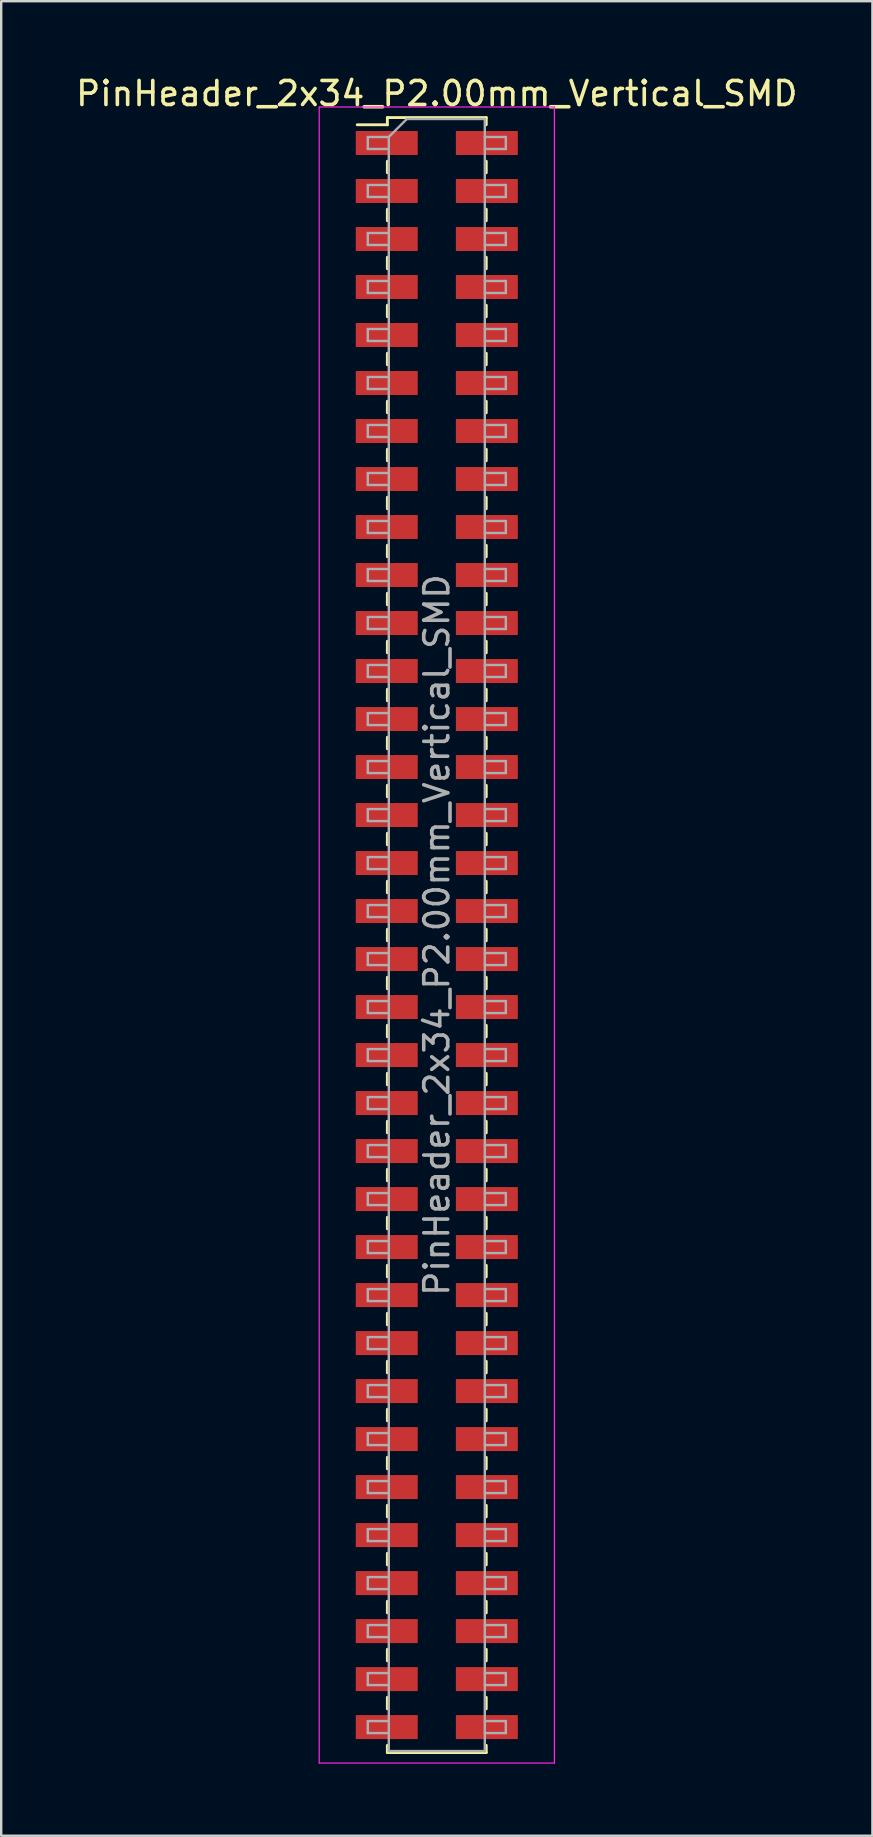
<source format=kicad_pcb>
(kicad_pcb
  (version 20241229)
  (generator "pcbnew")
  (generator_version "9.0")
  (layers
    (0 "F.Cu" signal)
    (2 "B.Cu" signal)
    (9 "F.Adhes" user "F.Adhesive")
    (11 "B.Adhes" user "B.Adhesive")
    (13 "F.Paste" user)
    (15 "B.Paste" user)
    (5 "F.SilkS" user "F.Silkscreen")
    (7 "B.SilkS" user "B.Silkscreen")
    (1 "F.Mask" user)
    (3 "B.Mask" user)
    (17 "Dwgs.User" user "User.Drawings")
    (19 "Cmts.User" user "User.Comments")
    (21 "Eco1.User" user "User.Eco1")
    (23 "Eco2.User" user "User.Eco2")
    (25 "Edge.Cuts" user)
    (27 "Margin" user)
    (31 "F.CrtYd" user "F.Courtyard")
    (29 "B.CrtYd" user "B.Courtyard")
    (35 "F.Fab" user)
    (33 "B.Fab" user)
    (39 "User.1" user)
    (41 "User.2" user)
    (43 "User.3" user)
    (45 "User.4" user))
  (footprint "PinHeader_2x34_P2.00mm_Vertical_SMD"
    (layer "F.Cu")
    (at 15.149 35.908)
    (property "Reference" "PinHeader_2x34_P2.00mm_Vertical_SMD" (at 0 -35.06 0) (layer "F.SilkS") (effects (font (size 1 1) (thickness 0.15))))
    (attr smd)
    (fp_line (start -3.315 -33.76) (end -2.06 -33.76) (stroke (width 0.12) (type solid)) (layer "F.SilkS"))
    (fp_line (start -2.06 -34.06) (end -2.06 -33.76) (stroke (width 0.12) (type solid)) (layer "F.SilkS"))
    (fp_line (start -2.06 -34.06) (end 2.06 -34.06) (stroke (width 0.12) (type solid)) (layer "F.SilkS"))
    (fp_line (start -2.06 -32.24) (end -2.06 -31.76) (stroke (width 0.12) (type solid)) (layer "F.SilkS"))
    (fp_line (start -2.06 -30.24) (end -2.06 -29.76) (stroke (width 0.12) (type solid)) (layer "F.SilkS"))
    (fp_line (start -2.06 -28.24) (end -2.06 -27.76) (stroke (width 0.12) (type solid)) (layer "F.SilkS"))
    (fp_line (start -2.06 -26.24) (end -2.06 -25.76) (stroke (width 0.12) (type solid)) (layer "F.SilkS"))
    (fp_line (start -2.06 -24.24) (end -2.06 -23.76) (stroke (width 0.12) (type solid)) (layer "F.SilkS"))
    (fp_line (start -2.06 -22.24) (end -2.06 -21.76) (stroke (width 0.12) (type solid)) (layer "F.SilkS"))
    (fp_line (start -2.06 -20.24) (end -2.06 -19.76) (stroke (width 0.12) (type solid)) (layer "F.SilkS"))
    (fp_line (start -2.06 -18.24) (end -2.06 -17.76) (stroke (width 0.12) (type solid)) (layer "F.SilkS"))
    (fp_line (start -2.06 -16.24) (end -2.06 -15.76) (stroke (width 0.12) (type solid)) (layer "F.SilkS"))
    (fp_line (start -2.06 -14.24) (end -2.06 -13.76) (stroke (width 0.12) (type solid)) (layer "F.SilkS"))
    (fp_line (start -2.06 -12.24) (end -2.06 -11.76) (stroke (width 0.12) (type solid)) (layer "F.SilkS"))
    (fp_line (start -2.06 -10.24) (end -2.06 -9.76) (stroke (width 0.12) (type solid)) (layer "F.SilkS"))
    (fp_line (start -2.06 -8.24) (end -2.06 -7.76) (stroke (width 0.12) (type solid)) (layer "F.SilkS"))
    (fp_line (start -2.06 -6.24) (end -2.06 -5.76) (stroke (width 0.12) (type solid)) (layer "F.SilkS"))
    (fp_line (start -2.06 -4.24) (end -2.06 -3.76) (stroke (width 0.12) (type solid)) (layer "F.SilkS"))
    (fp_line (start -2.06 -2.24) (end -2.06 -1.76) (stroke (width 0.12) (type solid)) (layer "F.SilkS"))
    (fp_line (start -2.06 -0.24) (end -2.06 0.24) (stroke (width 0.12) (type solid)) (layer "F.SilkS"))
    (fp_line (start -2.06 1.76) (end -2.06 2.24) (stroke (width 0.12) (type solid)) (layer "F.SilkS"))
    (fp_line (start -2.06 3.76) (end -2.06 4.24) (stroke (width 0.12) (type solid)) (layer "F.SilkS"))
    (fp_line (start -2.06 5.76) (end -2.06 6.24) (stroke (width 0.12) (type solid)) (layer "F.SilkS"))
    (fp_line (start -2.06 7.76) (end -2.06 8.24) (stroke (width 0.12) (type solid)) (layer "F.SilkS"))
    (fp_line (start -2.06 9.76) (end -2.06 10.24) (stroke (width 0.12) (type solid)) (layer "F.SilkS"))
    (fp_line (start -2.06 11.76) (end -2.06 12.24) (stroke (width 0.12) (type solid)) (layer "F.SilkS"))
    (fp_line (start -2.06 13.76) (end -2.06 14.24) (stroke (width 0.12) (type solid)) (layer "F.SilkS"))
    (fp_line (start -2.06 15.76) (end -2.06 16.24) (stroke (width 0.12) (type solid)) (layer "F.SilkS"))
    (fp_line (start -2.06 17.76) (end -2.06 18.24) (stroke (width 0.12) (type solid)) (layer "F.SilkS"))
    (fp_line (start -2.06 19.76) (end -2.06 20.24) (stroke (width 0.12) (type solid)) (layer "F.SilkS"))
    (fp_line (start -2.06 21.76) (end -2.06 22.24) (stroke (width 0.12) (type solid)) (layer "F.SilkS"))
    (fp_line (start -2.06 23.76) (end -2.06 24.24) (stroke (width 0.12) (type solid)) (layer "F.SilkS"))
    (fp_line (start -2.06 25.76) (end -2.06 26.24) (stroke (width 0.12) (type solid)) (layer "F.SilkS"))
    (fp_line (start -2.06 27.76) (end -2.06 28.24) (stroke (width 0.12) (type solid)) (layer "F.SilkS"))
    (fp_line (start -2.06 29.76) (end -2.06 30.24) (stroke (width 0.12) (type solid)) (layer "F.SilkS"))
    (fp_line (start -2.06 31.76) (end -2.06 32.24) (stroke (width 0.12) (type solid)) (layer "F.SilkS"))
    (fp_line (start -2.06 33.76) (end -2.06 34.06) (stroke (width 0.12) (type solid)) (layer "F.SilkS"))
    (fp_line (start -2.06 34.06) (end 2.06 34.06) (stroke (width 0.12) (type solid)) (layer "F.SilkS"))
    (fp_line (start 2.06 -34.06) (end 2.06 -33.76) (stroke (width 0.12) (type solid)) (layer "F.SilkS"))
    (fp_line (start 2.06 -32.24) (end 2.06 -31.76) (stroke (width 0.12) (type solid)) (layer "F.SilkS"))
    (fp_line (start 2.06 -30.24) (end 2.06 -29.76) (stroke (width 0.12) (type solid)) (layer "F.SilkS"))
    (fp_line (start 2.06 -28.24) (end 2.06 -27.76) (stroke (width 0.12) (type solid)) (layer "F.SilkS"))
    (fp_line (start 2.06 -26.24) (end 2.06 -25.76) (stroke (width 0.12) (type solid)) (layer "F.SilkS"))
    (fp_line (start 2.06 -24.24) (end 2.06 -23.76) (stroke (width 0.12) (type solid)) (layer "F.SilkS"))
    (fp_line (start 2.06 -22.24) (end 2.06 -21.76) (stroke (width 0.12) (type solid)) (layer "F.SilkS"))
    (fp_line (start 2.06 -20.24) (end 2.06 -19.76) (stroke (width 0.12) (type solid)) (layer "F.SilkS"))
    (fp_line (start 2.06 -18.24) (end 2.06 -17.76) (stroke (width 0.12) (type solid)) (layer "F.SilkS"))
    (fp_line (start 2.06 -16.24) (end 2.06 -15.76) (stroke (width 0.12) (type solid)) (layer "F.SilkS"))
    (fp_line (start 2.06 -14.24) (end 2.06 -13.76) (stroke (width 0.12) (type solid)) (layer "F.SilkS"))
    (fp_line (start 2.06 -12.24) (end 2.06 -11.76) (stroke (width 0.12) (type solid)) (layer "F.SilkS"))
    (fp_line (start 2.06 -10.24) (end 2.06 -9.76) (stroke (width 0.12) (type solid)) (layer "F.SilkS"))
    (fp_line (start 2.06 -8.24) (end 2.06 -7.76) (stroke (width 0.12) (type solid)) (layer "F.SilkS"))
    (fp_line (start 2.06 -6.24) (end 2.06 -5.76) (stroke (width 0.12) (type solid)) (layer "F.SilkS"))
    (fp_line (start 2.06 -4.24) (end 2.06 -3.76) (stroke (width 0.12) (type solid)) (layer "F.SilkS"))
    (fp_line (start 2.06 -2.24) (end 2.06 -1.76) (stroke (width 0.12) (type solid)) (layer "F.SilkS"))
    (fp_line (start 2.06 -0.24) (end 2.06 0.24) (stroke (width 0.12) (type solid)) (layer "F.SilkS"))
    (fp_line (start 2.06 1.76) (end 2.06 2.24) (stroke (width 0.12) (type solid)) (layer "F.SilkS"))
    (fp_line (start 2.06 3.76) (end 2.06 4.24) (stroke (width 0.12) (type solid)) (layer "F.SilkS"))
    (fp_line (start 2.06 5.76) (end 2.06 6.24) (stroke (width 0.12) (type solid)) (layer "F.SilkS"))
    (fp_line (start 2.06 7.76) (end 2.06 8.24) (stroke (width 0.12) (type solid)) (layer "F.SilkS"))
    (fp_line (start 2.06 9.76) (end 2.06 10.24) (stroke (width 0.12) (type solid)) (layer "F.SilkS"))
    (fp_line (start 2.06 11.76) (end 2.06 12.24) (stroke (width 0.12) (type solid)) (layer "F.SilkS"))
    (fp_line (start 2.06 13.76) (end 2.06 14.24) (stroke (width 0.12) (type solid)) (layer "F.SilkS"))
    (fp_line (start 2.06 15.76) (end 2.06 16.24) (stroke (width 0.12) (type solid)) (layer "F.SilkS"))
    (fp_line (start 2.06 17.76) (end 2.06 18.24) (stroke (width 0.12) (type solid)) (layer "F.SilkS"))
    (fp_line (start 2.06 19.76) (end 2.06 20.24) (stroke (width 0.12) (type solid)) (layer "F.SilkS"))
    (fp_line (start 2.06 21.76) (end 2.06 22.24) (stroke (width 0.12) (type solid)) (layer "F.SilkS"))
    (fp_line (start 2.06 23.76) (end 2.06 24.24) (stroke (width 0.12) (type solid)) (layer "F.SilkS"))
    (fp_line (start 2.06 25.76) (end 2.06 26.24) (stroke (width 0.12) (type solid)) (layer "F.SilkS"))
    (fp_line (start 2.06 27.76) (end 2.06 28.24) (stroke (width 0.12) (type solid)) (layer "F.SilkS"))
    (fp_line (start 2.06 29.76) (end 2.06 30.24) (stroke (width 0.12) (type solid)) (layer "F.SilkS"))
    (fp_line (start 2.06 31.76) (end 2.06 32.24) (stroke (width 0.12) (type solid)) (layer "F.SilkS"))
    (fp_line (start 2.06 33.76) (end 2.06 34.06) (stroke (width 0.12) (type solid)) (layer "F.SilkS"))
    (fp_line (start -4.9 -34.5) (end -4.9 34.5) (stroke (width 0.05) (type solid)) (layer "F.CrtYd"))
    (fp_line (start -4.9 34.5) (end 4.9 34.5) (stroke (width 0.05) (type solid)) (layer "F.CrtYd"))
    (fp_line (start 4.9 -34.5) (end -4.9 -34.5) (stroke (width 0.05) (type solid)) (layer "F.CrtYd"))
    (fp_line (start 4.9 34.5) (end 4.9 -34.5) (stroke (width 0.05) (type solid)) (layer "F.CrtYd"))
    (fp_line (start -2.875 -33.25) (end -2.875 -32.75) (stroke (width 0.1) (type solid)) (layer "F.Fab"))
    (fp_line (start -2.875 -32.75) (end -2 -32.75) (stroke (width 0.1) (type solid)) (layer "F.Fab"))
    (fp_line (start -2.875 -31.25) (end -2.875 -30.75) (stroke (width 0.1) (type solid)) (layer "F.Fab"))
    (fp_line (start -2.875 -30.75) (end -2 -30.75) (stroke (width 0.1) (type solid)) (layer "F.Fab"))
    (fp_line (start -2.875 -29.25) (end -2.875 -28.75) (stroke (width 0.1) (type solid)) (layer "F.Fab"))
    (fp_line (start -2.875 -28.75) (end -2 -28.75) (stroke (width 0.1) (type solid)) (layer "F.Fab"))
    (fp_line (start -2.875 -27.25) (end -2.875 -26.75) (stroke (width 0.1) (type solid)) (layer "F.Fab"))
    (fp_line (start -2.875 -26.75) (end -2 -26.75) (stroke (width 0.1) (type solid)) (layer "F.Fab"))
    (fp_line (start -2.875 -25.25) (end -2.875 -24.75) (stroke (width 0.1) (type solid)) (layer "F.Fab"))
    (fp_line (start -2.875 -24.75) (end -2 -24.75) (stroke (width 0.1) (type solid)) (layer "F.Fab"))
    (fp_line (start -2.875 -23.25) (end -2.875 -22.75) (stroke (width 0.1) (type solid)) (layer "F.Fab"))
    (fp_line (start -2.875 -22.75) (end -2 -22.75) (stroke (width 0.1) (type solid)) (layer "F.Fab"))
    (fp_line (start -2.875 -21.25) (end -2.875 -20.75) (stroke (width 0.1) (type solid)) (layer "F.Fab"))
    (fp_line (start -2.875 -20.75) (end -2 -20.75) (stroke (width 0.1) (type solid)) (layer "F.Fab"))
    (fp_line (start -2.875 -19.25) (end -2.875 -18.75) (stroke (width 0.1) (type solid)) (layer "F.Fab"))
    (fp_line (start -2.875 -18.75) (end -2 -18.75) (stroke (width 0.1) (type solid)) (layer "F.Fab"))
    (fp_line (start -2.875 -17.25) (end -2.875 -16.75) (stroke (width 0.1) (type solid)) (layer "F.Fab"))
    (fp_line (start -2.875 -16.75) (end -2 -16.75) (stroke (width 0.1) (type solid)) (layer "F.Fab"))
    (fp_line (start -2.875 -15.25) (end -2.875 -14.75) (stroke (width 0.1) (type solid)) (layer "F.Fab"))
    (fp_line (start -2.875 -14.75) (end -2 -14.75) (stroke (width 0.1) (type solid)) (layer "F.Fab"))
    (fp_line (start -2.875 -13.25) (end -2.875 -12.75) (stroke (width 0.1) (type solid)) (layer "F.Fab"))
    (fp_line (start -2.875 -12.75) (end -2 -12.75) (stroke (width 0.1) (type solid)) (layer "F.Fab"))
    (fp_line (start -2.875 -11.25) (end -2.875 -10.75) (stroke (width 0.1) (type solid)) (layer "F.Fab"))
    (fp_line (start -2.875 -10.75) (end -2 -10.75) (stroke (width 0.1) (type solid)) (layer "F.Fab"))
    (fp_line (start -2.875 -9.25) (end -2.875 -8.75) (stroke (width 0.1) (type solid)) (layer "F.Fab"))
    (fp_line (start -2.875 -8.75) (end -2 -8.75) (stroke (width 0.1) (type solid)) (layer "F.Fab"))
    (fp_line (start -2.875 -7.25) (end -2.875 -6.75) (stroke (width 0.1) (type solid)) (layer "F.Fab"))
    (fp_line (start -2.875 -6.75) (end -2 -6.75) (stroke (width 0.1) (type solid)) (layer "F.Fab"))
    (fp_line (start -2.875 -5.25) (end -2.875 -4.75) (stroke (width 0.1) (type solid)) (layer "F.Fab"))
    (fp_line (start -2.875 -4.75) (end -2 -4.75) (stroke (width 0.1) (type solid)) (layer "F.Fab"))
    (fp_line (start -2.875 -3.25) (end -2.875 -2.75) (stroke (width 0.1) (type solid)) (layer "F.Fab"))
    (fp_line (start -2.875 -2.75) (end -2 -2.75) (stroke (width 0.1) (type solid)) (layer "F.Fab"))
    (fp_line (start -2.875 -1.25) (end -2.875 -0.75) (stroke (width 0.1) (type solid)) (layer "F.Fab"))
    (fp_line (start -2.875 -0.75) (end -2 -0.75) (stroke (width 0.1) (type solid)) (layer "F.Fab"))
    (fp_line (start -2.875 0.75) (end -2.875 1.25) (stroke (width 0.1) (type solid)) (layer "F.Fab"))
    (fp_line (start -2.875 1.25) (end -2 1.25) (stroke (width 0.1) (type solid)) (layer "F.Fab"))
    (fp_line (start -2.875 2.75) (end -2.875 3.25) (stroke (width 0.1) (type solid)) (layer "F.Fab"))
    (fp_line (start -2.875 3.25) (end -2 3.25) (stroke (width 0.1) (type solid)) (layer "F.Fab"))
    (fp_line (start -2.875 4.75) (end -2.875 5.25) (stroke (width 0.1) (type solid)) (layer "F.Fab"))
    (fp_line (start -2.875 5.25) (end -2 5.25) (stroke (width 0.1) (type solid)) (layer "F.Fab"))
    (fp_line (start -2.875 6.75) (end -2.875 7.25) (stroke (width 0.1) (type solid)) (layer "F.Fab"))
    (fp_line (start -2.875 7.25) (end -2 7.25) (stroke (width 0.1) (type solid)) (layer "F.Fab"))
    (fp_line (start -2.875 8.75) (end -2.875 9.25) (stroke (width 0.1) (type solid)) (layer "F.Fab"))
    (fp_line (start -2.875 9.25) (end -2 9.25) (stroke (width 0.1) (type solid)) (layer "F.Fab"))
    (fp_line (start -2.875 10.75) (end -2.875 11.25) (stroke (width 0.1) (type solid)) (layer "F.Fab"))
    (fp_line (start -2.875 11.25) (end -2 11.25) (stroke (width 0.1) (type solid)) (layer "F.Fab"))
    (fp_line (start -2.875 12.75) (end -2.875 13.25) (stroke (width 0.1) (type solid)) (layer "F.Fab"))
    (fp_line (start -2.875 13.25) (end -2 13.25) (stroke (width 0.1) (type solid)) (layer "F.Fab"))
    (fp_line (start -2.875 14.75) (end -2.875 15.25) (stroke (width 0.1) (type solid)) (layer "F.Fab"))
    (fp_line (start -2.875 15.25) (end -2 15.25) (stroke (width 0.1) (type solid)) (layer "F.Fab"))
    (fp_line (start -2.875 16.75) (end -2.875 17.25) (stroke (width 0.1) (type solid)) (layer "F.Fab"))
    (fp_line (start -2.875 17.25) (end -2 17.25) (stroke (width 0.1) (type solid)) (layer "F.Fab"))
    (fp_line (start -2.875 18.75) (end -2.875 19.25) (stroke (width 0.1) (type solid)) (layer "F.Fab"))
    (fp_line (start -2.875 19.25) (end -2 19.25) (stroke (width 0.1) (type solid)) (layer "F.Fab"))
    (fp_line (start -2.875 20.75) (end -2.875 21.25) (stroke (width 0.1) (type solid)) (layer "F.Fab"))
    (fp_line (start -2.875 21.25) (end -2 21.25) (stroke (width 0.1) (type solid)) (layer "F.Fab"))
    (fp_line (start -2.875 22.75) (end -2.875 23.25) (stroke (width 0.1) (type solid)) (layer "F.Fab"))
    (fp_line (start -2.875 23.25) (end -2 23.25) (stroke (width 0.1) (type solid)) (layer "F.Fab"))
    (fp_line (start -2.875 24.75) (end -2.875 25.25) (stroke (width 0.1) (type solid)) (layer "F.Fab"))
    (fp_line (start -2.875 25.25) (end -2 25.25) (stroke (width 0.1) (type solid)) (layer "F.Fab"))
    (fp_line (start -2.875 26.75) (end -2.875 27.25) (stroke (width 0.1) (type solid)) (layer "F.Fab"))
    (fp_line (start -2.875 27.25) (end -2 27.25) (stroke (width 0.1) (type solid)) (layer "F.Fab"))
    (fp_line (start -2.875 28.75) (end -2.875 29.25) (stroke (width 0.1) (type solid)) (layer "F.Fab"))
    (fp_line (start -2.875 29.25) (end -2 29.25) (stroke (width 0.1) (type solid)) (layer "F.Fab"))
    (fp_line (start -2.875 30.75) (end -2.875 31.25) (stroke (width 0.1) (type solid)) (layer "F.Fab"))
    (fp_line (start -2.875 31.25) (end -2 31.25) (stroke (width 0.1) (type solid)) (layer "F.Fab"))
    (fp_line (start -2.875 32.75) (end -2.875 33.25) (stroke (width 0.1) (type solid)) (layer "F.Fab"))
    (fp_line (start -2.875 33.25) (end -2 33.25) (stroke (width 0.1) (type solid)) (layer "F.Fab"))
    (fp_line (start -2 -33.25) (end -2.875 -33.25) (stroke (width 0.1) (type solid)) (layer "F.Fab"))
    (fp_line (start -2 -33.25) (end -1.25 -34) (stroke (width 0.1) (type solid)) (layer "F.Fab"))
    (fp_line (start -2 -31.25) (end -2.875 -31.25) (stroke (width 0.1) (type solid)) (layer "F.Fab"))
    (fp_line (start -2 -29.25) (end -2.875 -29.25) (stroke (width 0.1) (type solid)) (layer "F.Fab"))
    (fp_line (start -2 -27.25) (end -2.875 -27.25) (stroke (width 0.1) (type solid)) (layer "F.Fab"))
    (fp_line (start -2 -25.25) (end -2.875 -25.25) (stroke (width 0.1) (type solid)) (layer "F.Fab"))
    (fp_line (start -2 -23.25) (end -2.875 -23.25) (stroke (width 0.1) (type solid)) (layer "F.Fab"))
    (fp_line (start -2 -21.25) (end -2.875 -21.25) (stroke (width 0.1) (type solid)) (layer "F.Fab"))
    (fp_line (start -2 -19.25) (end -2.875 -19.25) (stroke (width 0.1) (type solid)) (layer "F.Fab"))
    (fp_line (start -2 -17.25) (end -2.875 -17.25) (stroke (width 0.1) (type solid)) (layer "F.Fab"))
    (fp_line (start -2 -15.25) (end -2.875 -15.25) (stroke (width 0.1) (type solid)) (layer "F.Fab"))
    (fp_line (start -2 -13.25) (end -2.875 -13.25) (stroke (width 0.1) (type solid)) (layer "F.Fab"))
    (fp_line (start -2 -11.25) (end -2.875 -11.25) (stroke (width 0.1) (type solid)) (layer "F.Fab"))
    (fp_line (start -2 -9.25) (end -2.875 -9.25) (stroke (width 0.1) (type solid)) (layer "F.Fab"))
    (fp_line (start -2 -7.25) (end -2.875 -7.25) (stroke (width 0.1) (type solid)) (layer "F.Fab"))
    (fp_line (start -2 -5.25) (end -2.875 -5.25) (stroke (width 0.1) (type solid)) (layer "F.Fab"))
    (fp_line (start -2 -3.25) (end -2.875 -3.25) (stroke (width 0.1) (type solid)) (layer "F.Fab"))
    (fp_line (start -2 -1.25) (end -2.875 -1.25) (stroke (width 0.1) (type solid)) (layer "F.Fab"))
    (fp_line (start -2 0.75) (end -2.875 0.75) (stroke (width 0.1) (type solid)) (layer "F.Fab"))
    (fp_line (start -2 2.75) (end -2.875 2.75) (stroke (width 0.1) (type solid)) (layer "F.Fab"))
    (fp_line (start -2 4.75) (end -2.875 4.75) (stroke (width 0.1) (type solid)) (layer "F.Fab"))
    (fp_line (start -2 6.75) (end -2.875 6.75) (stroke (width 0.1) (type solid)) (layer "F.Fab"))
    (fp_line (start -2 8.75) (end -2.875 8.75) (stroke (width 0.1) (type solid)) (layer "F.Fab"))
    (fp_line (start -2 10.75) (end -2.875 10.75) (stroke (width 0.1) (type solid)) (layer "F.Fab"))
    (fp_line (start -2 12.75) (end -2.875 12.75) (stroke (width 0.1) (type solid)) (layer "F.Fab"))
    (fp_line (start -2 14.75) (end -2.875 14.75) (stroke (width 0.1) (type solid)) (layer "F.Fab"))
    (fp_line (start -2 16.75) (end -2.875 16.75) (stroke (width 0.1) (type solid)) (layer "F.Fab"))
    (fp_line (start -2 18.75) (end -2.875 18.75) (stroke (width 0.1) (type solid)) (layer "F.Fab"))
    (fp_line (start -2 20.75) (end -2.875 20.75) (stroke (width 0.1) (type solid)) (layer "F.Fab"))
    (fp_line (start -2 22.75) (end -2.875 22.75) (stroke (width 0.1) (type solid)) (layer "F.Fab"))
    (fp_line (start -2 24.75) (end -2.875 24.75) (stroke (width 0.1) (type solid)) (layer "F.Fab"))
    (fp_line (start -2 26.75) (end -2.875 26.75) (stroke (width 0.1) (type solid)) (layer "F.Fab"))
    (fp_line (start -2 28.75) (end -2.875 28.75) (stroke (width 0.1) (type solid)) (layer "F.Fab"))
    (fp_line (start -2 30.75) (end -2.875 30.75) (stroke (width 0.1) (type solid)) (layer "F.Fab"))
    (fp_line (start -2 32.75) (end -2.875 32.75) (stroke (width 0.1) (type solid)) (layer "F.Fab"))
    (fp_line (start -2 34) (end -2 -33.25) (stroke (width 0.1) (type solid)) (layer "F.Fab"))
    (fp_line (start -1.25 -34) (end 2 -34) (stroke (width 0.1) (type solid)) (layer "F.Fab"))
    (fp_line (start 2 -34) (end 2 34) (stroke (width 0.1) (type solid)) (layer "F.Fab"))
    (fp_line (start 2 -33.25) (end 2.875 -33.25) (stroke (width 0.1) (type solid)) (layer "F.Fab"))
    (fp_line (start 2 -31.25) (end 2.875 -31.25) (stroke (width 0.1) (type solid)) (layer "F.Fab"))
    (fp_line (start 2 -29.25) (end 2.875 -29.25) (stroke (width 0.1) (type solid)) (layer "F.Fab"))
    (fp_line (start 2 -27.25) (end 2.875 -27.25) (stroke (width 0.1) (type solid)) (layer "F.Fab"))
    (fp_line (start 2 -25.25) (end 2.875 -25.25) (stroke (width 0.1) (type solid)) (layer "F.Fab"))
    (fp_line (start 2 -23.25) (end 2.875 -23.25) (stroke (width 0.1) (type solid)) (layer "F.Fab"))
    (fp_line (start 2 -21.25) (end 2.875 -21.25) (stroke (width 0.1) (type solid)) (layer "F.Fab"))
    (fp_line (start 2 -19.25) (end 2.875 -19.25) (stroke (width 0.1) (type solid)) (layer "F.Fab"))
    (fp_line (start 2 -17.25) (end 2.875 -17.25) (stroke (width 0.1) (type solid)) (layer "F.Fab"))
    (fp_line (start 2 -15.25) (end 2.875 -15.25) (stroke (width 0.1) (type solid)) (layer "F.Fab"))
    (fp_line (start 2 -13.25) (end 2.875 -13.25) (stroke (width 0.1) (type solid)) (layer "F.Fab"))
    (fp_line (start 2 -11.25) (end 2.875 -11.25) (stroke (width 0.1) (type solid)) (layer "F.Fab"))
    (fp_line (start 2 -9.25) (end 2.875 -9.25) (stroke (width 0.1) (type solid)) (layer "F.Fab"))
    (fp_line (start 2 -7.25) (end 2.875 -7.25) (stroke (width 0.1) (type solid)) (layer "F.Fab"))
    (fp_line (start 2 -5.25) (end 2.875 -5.25) (stroke (width 0.1) (type solid)) (layer "F.Fab"))
    (fp_line (start 2 -3.25) (end 2.875 -3.25) (stroke (width 0.1) (type solid)) (layer "F.Fab"))
    (fp_line (start 2 -1.25) (end 2.875 -1.25) (stroke (width 0.1) (type solid)) (layer "F.Fab"))
    (fp_line (start 2 0.75) (end 2.875 0.75) (stroke (width 0.1) (type solid)) (layer "F.Fab"))
    (fp_line (start 2 2.75) (end 2.875 2.75) (stroke (width 0.1) (type solid)) (layer "F.Fab"))
    (fp_line (start 2 4.75) (end 2.875 4.75) (stroke (width 0.1) (type solid)) (layer "F.Fab"))
    (fp_line (start 2 6.75) (end 2.875 6.75) (stroke (width 0.1) (type solid)) (layer "F.Fab"))
    (fp_line (start 2 8.75) (end 2.875 8.75) (stroke (width 0.1) (type solid)) (layer "F.Fab"))
    (fp_line (start 2 10.75) (end 2.875 10.75) (stroke (width 0.1) (type solid)) (layer "F.Fab"))
    (fp_line (start 2 12.75) (end 2.875 12.75) (stroke (width 0.1) (type solid)) (layer "F.Fab"))
    (fp_line (start 2 14.75) (end 2.875 14.75) (stroke (width 0.1) (type solid)) (layer "F.Fab"))
    (fp_line (start 2 16.75) (end 2.875 16.75) (stroke (width 0.1) (type solid)) (layer "F.Fab"))
    (fp_line (start 2 18.75) (end 2.875 18.75) (stroke (width 0.1) (type solid)) (layer "F.Fab"))
    (fp_line (start 2 20.75) (end 2.875 20.75) (stroke (width 0.1) (type solid)) (layer "F.Fab"))
    (fp_line (start 2 22.75) (end 2.875 22.75) (stroke (width 0.1) (type solid)) (layer "F.Fab"))
    (fp_line (start 2 24.75) (end 2.875 24.75) (stroke (width 0.1) (type solid)) (layer "F.Fab"))
    (fp_line (start 2 26.75) (end 2.875 26.75) (stroke (width 0.1) (type solid)) (layer "F.Fab"))
    (fp_line (start 2 28.75) (end 2.875 28.75) (stroke (width 0.1) (type solid)) (layer "F.Fab"))
    (fp_line (start 2 30.75) (end 2.875 30.75) (stroke (width 0.1) (type solid)) (layer "F.Fab"))
    (fp_line (start 2 32.75) (end 2.875 32.75) (stroke (width 0.1) (type solid)) (layer "F.Fab"))
    (fp_line (start 2 34) (end -2 34) (stroke (width 0.1) (type solid)) (layer "F.Fab"))
    (fp_line (start 2.875 -33.25) (end 2.875 -32.75) (stroke (width 0.1) (type solid)) (layer "F.Fab"))
    (fp_line (start 2.875 -32.75) (end 2 -32.75) (stroke (width 0.1) (type solid)) (layer "F.Fab"))
    (fp_line (start 2.875 -31.25) (end 2.875 -30.75) (stroke (width 0.1) (type solid)) (layer "F.Fab"))
    (fp_line (start 2.875 -30.75) (end 2 -30.75) (stroke (width 0.1) (type solid)) (layer "F.Fab"))
    (fp_line (start 2.875 -29.25) (end 2.875 -28.75) (stroke (width 0.1) (type solid)) (layer "F.Fab"))
    (fp_line (start 2.875 -28.75) (end 2 -28.75) (stroke (width 0.1) (type solid)) (layer "F.Fab"))
    (fp_line (start 2.875 -27.25) (end 2.875 -26.75) (stroke (width 0.1) (type solid)) (layer "F.Fab"))
    (fp_line (start 2.875 -26.75) (end 2 -26.75) (stroke (width 0.1) (type solid)) (layer "F.Fab"))
    (fp_line (start 2.875 -25.25) (end 2.875 -24.75) (stroke (width 0.1) (type solid)) (layer "F.Fab"))
    (fp_line (start 2.875 -24.75) (end 2 -24.75) (stroke (width 0.1) (type solid)) (layer "F.Fab"))
    (fp_line (start 2.875 -23.25) (end 2.875 -22.75) (stroke (width 0.1) (type solid)) (layer "F.Fab"))
    (fp_line (start 2.875 -22.75) (end 2 -22.75) (stroke (width 0.1) (type solid)) (layer "F.Fab"))
    (fp_line (start 2.875 -21.25) (end 2.875 -20.75) (stroke (width 0.1) (type solid)) (layer "F.Fab"))
    (fp_line (start 2.875 -20.75) (end 2 -20.75) (stroke (width 0.1) (type solid)) (layer "F.Fab"))
    (fp_line (start 2.875 -19.25) (end 2.875 -18.75) (stroke (width 0.1) (type solid)) (layer "F.Fab"))
    (fp_line (start 2.875 -18.75) (end 2 -18.75) (stroke (width 0.1) (type solid)) (layer "F.Fab"))
    (fp_line (start 2.875 -17.25) (end 2.875 -16.75) (stroke (width 0.1) (type solid)) (layer "F.Fab"))
    (fp_line (start 2.875 -16.75) (end 2 -16.75) (stroke (width 0.1) (type solid)) (layer "F.Fab"))
    (fp_line (start 2.875 -15.25) (end 2.875 -14.75) (stroke (width 0.1) (type solid)) (layer "F.Fab"))
    (fp_line (start 2.875 -14.75) (end 2 -14.75) (stroke (width 0.1) (type solid)) (layer "F.Fab"))
    (fp_line (start 2.875 -13.25) (end 2.875 -12.75) (stroke (width 0.1) (type solid)) (layer "F.Fab"))
    (fp_line (start 2.875 -12.75) (end 2 -12.75) (stroke (width 0.1) (type solid)) (layer "F.Fab"))
    (fp_line (start 2.875 -11.25) (end 2.875 -10.75) (stroke (width 0.1) (type solid)) (layer "F.Fab"))
    (fp_line (start 2.875 -10.75) (end 2 -10.75) (stroke (width 0.1) (type solid)) (layer "F.Fab"))
    (fp_line (start 2.875 -9.25) (end 2.875 -8.75) (stroke (width 0.1) (type solid)) (layer "F.Fab"))
    (fp_line (start 2.875 -8.75) (end 2 -8.75) (stroke (width 0.1) (type solid)) (layer "F.Fab"))
    (fp_line (start 2.875 -7.25) (end 2.875 -6.75) (stroke (width 0.1) (type solid)) (layer "F.Fab"))
    (fp_line (start 2.875 -6.75) (end 2 -6.75) (stroke (width 0.1) (type solid)) (layer "F.Fab"))
    (fp_line (start 2.875 -5.25) (end 2.875 -4.75) (stroke (width 0.1) (type solid)) (layer "F.Fab"))
    (fp_line (start 2.875 -4.75) (end 2 -4.75) (stroke (width 0.1) (type solid)) (layer "F.Fab"))
    (fp_line (start 2.875 -3.25) (end 2.875 -2.75) (stroke (width 0.1) (type solid)) (layer "F.Fab"))
    (fp_line (start 2.875 -2.75) (end 2 -2.75) (stroke (width 0.1) (type solid)) (layer "F.Fab"))
    (fp_line (start 2.875 -1.25) (end 2.875 -0.75) (stroke (width 0.1) (type solid)) (layer "F.Fab"))
    (fp_line (start 2.875 -0.75) (end 2 -0.75) (stroke (width 0.1) (type solid)) (layer "F.Fab"))
    (fp_line (start 2.875 0.75) (end 2.875 1.25) (stroke (width 0.1) (type solid)) (layer "F.Fab"))
    (fp_line (start 2.875 1.25) (end 2 1.25) (stroke (width 0.1) (type solid)) (layer "F.Fab"))
    (fp_line (start 2.875 2.75) (end 2.875 3.25) (stroke (width 0.1) (type solid)) (layer "F.Fab"))
    (fp_line (start 2.875 3.25) (end 2 3.25) (stroke (width 0.1) (type solid)) (layer "F.Fab"))
    (fp_line (start 2.875 4.75) (end 2.875 5.25) (stroke (width 0.1) (type solid)) (layer "F.Fab"))
    (fp_line (start 2.875 5.25) (end 2 5.25) (stroke (width 0.1) (type solid)) (layer "F.Fab"))
    (fp_line (start 2.875 6.75) (end 2.875 7.25) (stroke (width 0.1) (type solid)) (layer "F.Fab"))
    (fp_line (start 2.875 7.25) (end 2 7.25) (stroke (width 0.1) (type solid)) (layer "F.Fab"))
    (fp_line (start 2.875 8.75) (end 2.875 9.25) (stroke (width 0.1) (type solid)) (layer "F.Fab"))
    (fp_line (start 2.875 9.25) (end 2 9.25) (stroke (width 0.1) (type solid)) (layer "F.Fab"))
    (fp_line (start 2.875 10.75) (end 2.875 11.25) (stroke (width 0.1) (type solid)) (layer "F.Fab"))
    (fp_line (start 2.875 11.25) (end 2 11.25) (stroke (width 0.1) (type solid)) (layer "F.Fab"))
    (fp_line (start 2.875 12.75) (end 2.875 13.25) (stroke (width 0.1) (type solid)) (layer "F.Fab"))
    (fp_line (start 2.875 13.25) (end 2 13.25) (stroke (width 0.1) (type solid)) (layer "F.Fab"))
    (fp_line (start 2.875 14.75) (end 2.875 15.25) (stroke (width 0.1) (type solid)) (layer "F.Fab"))
    (fp_line (start 2.875 15.25) (end 2 15.25) (stroke (width 0.1) (type solid)) (layer "F.Fab"))
    (fp_line (start 2.875 16.75) (end 2.875 17.25) (stroke (width 0.1) (type solid)) (layer "F.Fab"))
    (fp_line (start 2.875 17.25) (end 2 17.25) (stroke (width 0.1) (type solid)) (layer "F.Fab"))
    (fp_line (start 2.875 18.75) (end 2.875 19.25) (stroke (width 0.1) (type solid)) (layer "F.Fab"))
    (fp_line (start 2.875 19.25) (end 2 19.25) (stroke (width 0.1) (type solid)) (layer "F.Fab"))
    (fp_line (start 2.875 20.75) (end 2.875 21.25) (stroke (width 0.1) (type solid)) (layer "F.Fab"))
    (fp_line (start 2.875 21.25) (end 2 21.25) (stroke (width 0.1) (type solid)) (layer "F.Fab"))
    (fp_line (start 2.875 22.75) (end 2.875 23.25) (stroke (width 0.1) (type solid)) (layer "F.Fab"))
    (fp_line (start 2.875 23.25) (end 2 23.25) (stroke (width 0.1) (type solid)) (layer "F.Fab"))
    (fp_line (start 2.875 24.75) (end 2.875 25.25) (stroke (width 0.1) (type solid)) (layer "F.Fab"))
    (fp_line (start 2.875 25.25) (end 2 25.25) (stroke (width 0.1) (type solid)) (layer "F.Fab"))
    (fp_line (start 2.875 26.75) (end 2.875 27.25) (stroke (width 0.1) (type solid)) (layer "F.Fab"))
    (fp_line (start 2.875 27.25) (end 2 27.25) (stroke (width 0.1) (type solid)) (layer "F.Fab"))
    (fp_line (start 2.875 28.75) (end 2.875 29.25) (stroke (width 0.1) (type solid)) (layer "F.Fab"))
    (fp_line (start 2.875 29.25) (end 2 29.25) (stroke (width 0.1) (type solid)) (layer "F.Fab"))
    (fp_line (start 2.875 30.75) (end 2.875 31.25) (stroke (width 0.1) (type solid)) (layer "F.Fab"))
    (fp_line (start 2.875 31.25) (end 2 31.25) (stroke (width 0.1) (type solid)) (layer "F.Fab"))
    (fp_line (start 2.875 32.75) (end 2.875 33.25) (stroke (width 0.1) (type solid)) (layer "F.Fab"))
    (fp_line (start 2.875 33.25) (end 2 33.25) (stroke (width 0.1) (type solid)) (layer "F.Fab"))
    (fp_text user "${REFERENCE}" (at 0 0 90) (layer "F.Fab") (effects (font (size 1 1) (thickness 0.15))))
    (pad "1" smd rect (at -2.085 -33) (size 2.58 1) (layers "F.Cu" "F.Mask" "F.Paste"))
    (pad "2" smd rect (at 2.085 -33) (size 2.58 1) (layers "F.Cu" "F.Mask" "F.Paste"))
    (pad "3" smd rect (at -2.085 -31) (size 2.58 1) (layers "F.Cu" "F.Mask" "F.Paste"))
    (pad "4" smd rect (at 2.085 -31) (size 2.58 1) (layers "F.Cu" "F.Mask" "F.Paste"))
    (pad "5" smd rect (at -2.085 -29) (size 2.58 1) (layers "F.Cu" "F.Mask" "F.Paste"))
    (pad "6" smd rect (at 2.085 -29) (size 2.58 1) (layers "F.Cu" "F.Mask" "F.Paste"))
    (pad "7" smd rect (at -2.085 -27) (size 2.58 1) (layers "F.Cu" "F.Mask" "F.Paste"))
    (pad "8" smd rect (at 2.085 -27) (size 2.58 1) (layers "F.Cu" "F.Mask" "F.Paste"))
    (pad "9" smd rect (at -2.085 -25) (size 2.58 1) (layers "F.Cu" "F.Mask" "F.Paste"))
    (pad "10" smd rect (at 2.085 -25) (size 2.58 1) (layers "F.Cu" "F.Mask" "F.Paste"))
    (pad "11" smd rect (at -2.085 -23) (size 2.58 1) (layers "F.Cu" "F.Mask" "F.Paste"))
    (pad "12" smd rect (at 2.085 -23) (size 2.58 1) (layers "F.Cu" "F.Mask" "F.Paste"))
    (pad "13" smd rect (at -2.085 -21) (size 2.58 1) (layers "F.Cu" "F.Mask" "F.Paste"))
    (pad "14" smd rect (at 2.085 -21) (size 2.58 1) (layers "F.Cu" "F.Mask" "F.Paste"))
    (pad "15" smd rect (at -2.085 -19) (size 2.58 1) (layers "F.Cu" "F.Mask" "F.Paste"))
    (pad "16" smd rect (at 2.085 -19) (size 2.58 1) (layers "F.Cu" "F.Mask" "F.Paste"))
    (pad "17" smd rect (at -2.085 -17) (size 2.58 1) (layers "F.Cu" "F.Mask" "F.Paste"))
    (pad "18" smd rect (at 2.085 -17) (size 2.58 1) (layers "F.Cu" "F.Mask" "F.Paste"))
    (pad "19" smd rect (at -2.085 -15) (size 2.58 1) (layers "F.Cu" "F.Mask" "F.Paste"))
    (pad "20" smd rect (at 2.085 -15) (size 2.58 1) (layers "F.Cu" "F.Mask" "F.Paste"))
    (pad "21" smd rect (at -2.085 -13) (size 2.58 1) (layers "F.Cu" "F.Mask" "F.Paste"))
    (pad "22" smd rect (at 2.085 -13) (size 2.58 1) (layers "F.Cu" "F.Mask" "F.Paste"))
    (pad "23" smd rect (at -2.085 -11) (size 2.58 1) (layers "F.Cu" "F.Mask" "F.Paste"))
    (pad "24" smd rect (at 2.085 -11) (size 2.58 1) (layers "F.Cu" "F.Mask" "F.Paste"))
    (pad "25" smd rect (at -2.085 -9) (size 2.58 1) (layers "F.Cu" "F.Mask" "F.Paste"))
    (pad "26" smd rect (at 2.085 -9) (size 2.58 1) (layers "F.Cu" "F.Mask" "F.Paste"))
    (pad "27" smd rect (at -2.085 -7) (size 2.58 1) (layers "F.Cu" "F.Mask" "F.Paste"))
    (pad "28" smd rect (at 2.085 -7) (size 2.58 1) (layers "F.Cu" "F.Mask" "F.Paste"))
    (pad "29" smd rect (at -2.085 -5) (size 2.58 1) (layers "F.Cu" "F.Mask" "F.Paste"))
    (pad "30" smd rect (at 2.085 -5) (size 2.58 1) (layers "F.Cu" "F.Mask" "F.Paste"))
    (pad "31" smd rect (at -2.085 -3) (size 2.58 1) (layers "F.Cu" "F.Mask" "F.Paste"))
    (pad "32" smd rect (at 2.085 -3) (size 2.58 1) (layers "F.Cu" "F.Mask" "F.Paste"))
    (pad "33" smd rect (at -2.085 -1) (size 2.58 1) (layers "F.Cu" "F.Mask" "F.Paste"))
    (pad "34" smd rect (at 2.085 -1) (size 2.58 1) (layers "F.Cu" "F.Mask" "F.Paste"))
    (pad "35" smd rect (at -2.085 1) (size 2.58 1) (layers "F.Cu" "F.Mask" "F.Paste"))
    (pad "36" smd rect (at 2.085 1) (size 2.58 1) (layers "F.Cu" "F.Mask" "F.Paste"))
    (pad "37" smd rect (at -2.085 3) (size 2.58 1) (layers "F.Cu" "F.Mask" "F.Paste"))
    (pad "38" smd rect (at 2.085 3) (size 2.58 1) (layers "F.Cu" "F.Mask" "F.Paste"))
    (pad "39" smd rect (at -2.085 5) (size 2.58 1) (layers "F.Cu" "F.Mask" "F.Paste"))
    (pad "40" smd rect (at 2.085 5) (size 2.58 1) (layers "F.Cu" "F.Mask" "F.Paste"))
    (pad "41" smd rect (at -2.085 7) (size 2.58 1) (layers "F.Cu" "F.Mask" "F.Paste"))
    (pad "42" smd rect (at 2.085 7) (size 2.58 1) (layers "F.Cu" "F.Mask" "F.Paste"))
    (pad "43" smd rect (at -2.085 9) (size 2.58 1) (layers "F.Cu" "F.Mask" "F.Paste"))
    (pad "44" smd rect (at 2.085 9) (size 2.58 1) (layers "F.Cu" "F.Mask" "F.Paste"))
    (pad "45" smd rect (at -2.085 11) (size 2.58 1) (layers "F.Cu" "F.Mask" "F.Paste"))
    (pad "46" smd rect (at 2.085 11) (size 2.58 1) (layers "F.Cu" "F.Mask" "F.Paste"))
    (pad "47" smd rect (at -2.085 13) (size 2.58 1) (layers "F.Cu" "F.Mask" "F.Paste"))
    (pad "48" smd rect (at 2.085 13) (size 2.58 1) (layers "F.Cu" "F.Mask" "F.Paste"))
    (pad "49" smd rect (at -2.085 15) (size 2.58 1) (layers "F.Cu" "F.Mask" "F.Paste"))
    (pad "50" smd rect (at 2.085 15) (size 2.58 1) (layers "F.Cu" "F.Mask" "F.Paste"))
    (pad "51" smd rect (at -2.085 17) (size 2.58 1) (layers "F.Cu" "F.Mask" "F.Paste"))
    (pad "52" smd rect (at 2.085 17) (size 2.58 1) (layers "F.Cu" "F.Mask" "F.Paste"))
    (pad "53" smd rect (at -2.085 19) (size 2.58 1) (layers "F.Cu" "F.Mask" "F.Paste"))
    (pad "54" smd rect (at 2.085 19) (size 2.58 1) (layers "F.Cu" "F.Mask" "F.Paste"))
    (pad "55" smd rect (at -2.085 21) (size 2.58 1) (layers "F.Cu" "F.Mask" "F.Paste"))
    (pad "56" smd rect (at 2.085 21) (size 2.58 1) (layers "F.Cu" "F.Mask" "F.Paste"))
    (pad "57" smd rect (at -2.085 23) (size 2.58 1) (layers "F.Cu" "F.Mask" "F.Paste"))
    (pad "58" smd rect (at 2.085 23) (size 2.58 1) (layers "F.Cu" "F.Mask" "F.Paste"))
    (pad "59" smd rect (at -2.085 25) (size 2.58 1) (layers "F.Cu" "F.Mask" "F.Paste"))
    (pad "60" smd rect (at 2.085 25) (size 2.58 1) (layers "F.Cu" "F.Mask" "F.Paste"))
    (pad "61" smd rect (at -2.085 27) (size 2.58 1) (layers "F.Cu" "F.Mask" "F.Paste"))
    (pad "62" smd rect (at 2.085 27) (size 2.58 1) (layers "F.Cu" "F.Mask" "F.Paste"))
    (pad "63" smd rect (at -2.085 29) (size 2.58 1) (layers "F.Cu" "F.Mask" "F.Paste"))
    (pad "64" smd rect (at 2.085 29) (size 2.58 1) (layers "F.Cu" "F.Mask" "F.Paste"))
    (pad "65" smd rect (at -2.085 31) (size 2.58 1) (layers "F.Cu" "F.Mask" "F.Paste"))
    (pad "66" smd rect (at 2.085 31) (size 2.58 1) (layers "F.Cu" "F.Mask" "F.Paste"))
    (pad "67" smd rect (at -2.085 33) (size 2.58 1) (layers "F.Cu" "F.Mask" "F.Paste"))
    (pad "68" smd rect (at 2.085 33) (size 2.58 1) (layers "F.Cu" "F.Mask" "F.Paste")))
  (gr_rect
    (start -3 -3)
    (end 33.298 73.433)
    (stroke (width 0.1) (type default))
    (fill no)
    (layer "Edge.Cuts")))
</source>
